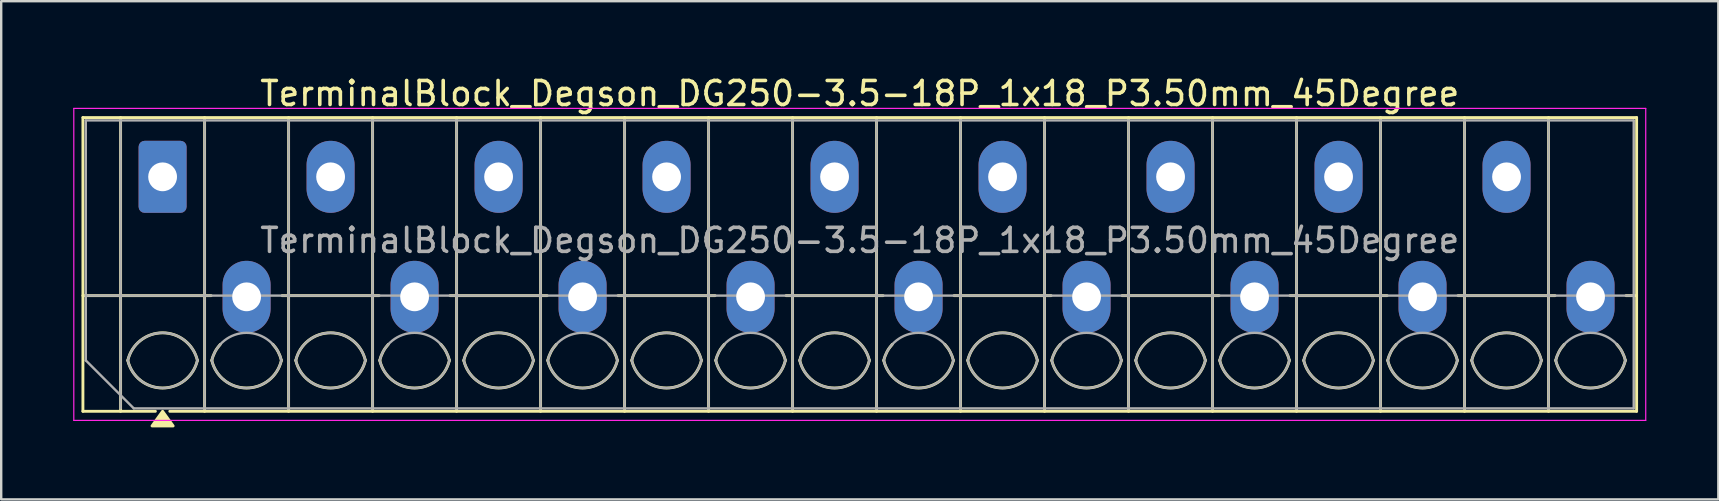
<source format=kicad_pcb>
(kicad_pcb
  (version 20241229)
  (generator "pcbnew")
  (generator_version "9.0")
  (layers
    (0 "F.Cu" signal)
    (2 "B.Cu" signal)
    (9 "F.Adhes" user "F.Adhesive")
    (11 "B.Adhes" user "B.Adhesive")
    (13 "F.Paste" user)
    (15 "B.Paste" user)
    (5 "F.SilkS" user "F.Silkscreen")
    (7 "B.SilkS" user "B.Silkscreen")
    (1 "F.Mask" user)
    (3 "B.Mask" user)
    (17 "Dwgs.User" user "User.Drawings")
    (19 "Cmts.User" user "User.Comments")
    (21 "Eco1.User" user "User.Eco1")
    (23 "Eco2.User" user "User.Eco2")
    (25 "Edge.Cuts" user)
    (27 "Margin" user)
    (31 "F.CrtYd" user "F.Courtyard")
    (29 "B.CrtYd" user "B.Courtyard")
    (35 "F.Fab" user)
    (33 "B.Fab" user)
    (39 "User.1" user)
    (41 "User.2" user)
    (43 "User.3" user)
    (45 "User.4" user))
  (footprint "TerminalBlock_Degson_DG250-3.5-18P_1x18_P3.50mm_45Degree"
    (layer "F.Cu")
    (at 3.725 4.318)
    (property "Reference" "TerminalBlock_Degson_DG250-3.5-18P_1x18_P3.50mm_45Degree" (at 29.05 -3.47 0) (layer "F.SilkS") (effects (font (size 1 1) (thickness 0.15))))
    (attr through_hole)
    (fp_line (start -3.32 -2.47) (end -3.32 9.77) (stroke (width 0.12) (type solid)) (layer "F.SilkS"))
    (fp_line (start -3.32 -2.47) (end 61.42 -2.47) (stroke (width 0.12) (type solid)) (layer "F.SilkS"))
    (fp_line (start -3.32 4.95) (end 2.02 4.95) (stroke (width 0.12) (type solid)) (layer "F.SilkS"))
    (fp_line (start -3.32 9.77) (end -0.3 9.77) (stroke (width 0.12) (type solid)) (layer "F.SilkS"))
    (fp_line (start -1.75 -2.47) (end -1.75 9.77) (stroke (width 0.12) (type solid)) (layer "F.SilkS"))
    (fp_line (start 0.3 9.77) (end 61.42 9.77) (stroke (width 0.12) (type solid)) (layer "F.SilkS"))
    (fp_line (start 1.75 -2.47) (end 1.75 9.77) (stroke (width 0.12) (type solid)) (layer "F.SilkS"))
    (fp_line (start 4.98 4.95) (end 9.02 4.95) (stroke (width 0.12) (type solid)) (layer "F.SilkS"))
    (fp_line (start 5.25 -2.47) (end 5.25 9.77) (stroke (width 0.12) (type solid)) (layer "F.SilkS"))
    (fp_line (start 8.75 -2.47) (end 8.75 9.77) (stroke (width 0.12) (type solid)) (layer "F.SilkS"))
    (fp_line (start 11.98 4.95) (end 16.02 4.95) (stroke (width 0.12) (type solid)) (layer "F.SilkS"))
    (fp_line (start 12.25 -2.47) (end 12.25 9.77) (stroke (width 0.12) (type solid)) (layer "F.SilkS"))
    (fp_line (start 15.75 -2.47) (end 15.75 9.77) (stroke (width 0.12) (type solid)) (layer "F.SilkS"))
    (fp_line (start 18.98 4.95) (end 23.02 4.95) (stroke (width 0.12) (type solid)) (layer "F.SilkS"))
    (fp_line (start 19.25 -2.47) (end 19.25 9.77) (stroke (width 0.12) (type solid)) (layer "F.SilkS"))
    (fp_line (start 22.75 -2.47) (end 22.75 9.77) (stroke (width 0.12) (type solid)) (layer "F.SilkS"))
    (fp_line (start 25.98 4.95) (end 30.02 4.95) (stroke (width 0.12) (type solid)) (layer "F.SilkS"))
    (fp_line (start 26.25 -2.47) (end 26.25 9.77) (stroke (width 0.12) (type solid)) (layer "F.SilkS"))
    (fp_line (start 29.75 -2.47) (end 29.75 9.77) (stroke (width 0.12) (type solid)) (layer "F.SilkS"))
    (fp_line (start 32.98 4.95) (end 37.02 4.95) (stroke (width 0.12) (type solid)) (layer "F.SilkS"))
    (fp_line (start 33.25 -2.47) (end 33.25 9.77) (stroke (width 0.12) (type solid)) (layer "F.SilkS"))
    (fp_line (start 36.75 -2.47) (end 36.75 9.77) (stroke (width 0.12) (type solid)) (layer "F.SilkS"))
    (fp_line (start 39.98 4.95) (end 44.02 4.95) (stroke (width 0.12) (type solid)) (layer "F.SilkS"))
    (fp_line (start 40.25 -2.47) (end 40.25 9.77) (stroke (width 0.12) (type solid)) (layer "F.SilkS"))
    (fp_line (start 43.75 -2.47) (end 43.75 9.77) (stroke (width 0.12) (type solid)) (layer "F.SilkS"))
    (fp_line (start 46.98 4.95) (end 51.02 4.95) (stroke (width 0.12) (type solid)) (layer "F.SilkS"))
    (fp_line (start 47.25 -2.47) (end 47.25 9.77) (stroke (width 0.12) (type solid)) (layer "F.SilkS"))
    (fp_line (start 50.75 -2.47) (end 50.75 9.77) (stroke (width 0.12) (type solid)) (layer "F.SilkS"))
    (fp_line (start 53.98 4.95) (end 58.02 4.95) (stroke (width 0.12) (type solid)) (layer "F.SilkS"))
    (fp_line (start 54.25 -2.47) (end 54.25 9.77) (stroke (width 0.12) (type solid)) (layer "F.SilkS"))
    (fp_line (start 57.75 -2.47) (end 57.75 9.77) (stroke (width 0.12) (type solid)) (layer "F.SilkS"))
    (fp_line (start 60.98 4.95) (end 61.42 4.95) (stroke (width 0.12) (type solid)) (layer "F.SilkS"))
    (fp_line (start 61.42 -2.47) (end 61.42 9.77) (stroke (width 0.12) (type solid)) (layer "F.SilkS"))
    (fp_arc (start -1.45 7.65) (mid 0 6.5) (end 1.45 7.65) (stroke (width 0.12) (type solid)) (layer "F.SilkS"))
    (fp_arc (start 1.45 7.65) (mid 0 8.8) (end -1.45 7.65) (stroke (width 0.12) (type solid)) (layer "F.SilkS"))
    (fp_arc (start 2.05 7.65) (mid 2.18402 7.291962) (end 2.405 6.98) (stroke (width 0.12) (type solid)) (layer "F.SilkS"))
    (fp_arc (start 4.595 6.98) (mid 4.81598 7.291962) (end 4.95 7.65) (stroke (width 0.12) (type solid)) (layer "F.SilkS"))
    (fp_arc (start 4.95 7.65) (mid 3.5 8.8) (end 2.05 7.65) (stroke (width 0.12) (type solid)) (layer "F.SilkS"))
    (fp_arc (start 5.55 7.65) (mid 7 6.5) (end 8.45 7.65) (stroke (width 0.12) (type solid)) (layer "F.SilkS"))
    (fp_arc (start 8.45 7.65) (mid 7 8.8) (end 5.55 7.65) (stroke (width 0.12) (type solid)) (layer "F.SilkS"))
    (fp_arc (start 9.05 7.65) (mid 9.18402 7.291962) (end 9.405 6.98) (stroke (width 0.12) (type solid)) (layer "F.SilkS"))
    (fp_arc (start 11.595 6.98) (mid 11.81598 7.291962) (end 11.95 7.65) (stroke (width 0.12) (type solid)) (layer "F.SilkS"))
    (fp_arc (start 11.95 7.65) (mid 10.5 8.8) (end 9.05 7.65) (stroke (width 0.12) (type solid)) (layer "F.SilkS"))
    (fp_arc (start 12.55 7.65) (mid 14 6.5) (end 15.45 7.65) (stroke (width 0.12) (type solid)) (layer "F.SilkS"))
    (fp_arc (start 15.45 7.65) (mid 14 8.8) (end 12.55 7.65) (stroke (width 0.12) (type solid)) (layer "F.SilkS"))
    (fp_arc (start 16.05 7.65) (mid 16.18402 7.291962) (end 16.405 6.98) (stroke (width 0.12) (type solid)) (layer "F.SilkS"))
    (fp_arc (start 18.595 6.98) (mid 18.81598 7.291962) (end 18.95 7.65) (stroke (width 0.12) (type solid)) (layer "F.SilkS"))
    (fp_arc (start 18.95 7.65) (mid 17.5 8.8) (end 16.05 7.65) (stroke (width 0.12) (type solid)) (layer "F.SilkS"))
    (fp_arc (start 19.55 7.65) (mid 21 6.5) (end 22.45 7.65) (stroke (width 0.12) (type solid)) (layer "F.SilkS"))
    (fp_arc (start 22.45 7.65) (mid 21 8.8) (end 19.55 7.65) (stroke (width 0.12) (type solid)) (layer "F.SilkS"))
    (fp_arc (start 23.05 7.65) (mid 23.18402 7.291962) (end 23.405 6.98) (stroke (width 0.12) (type solid)) (layer "F.SilkS"))
    (fp_arc (start 25.595 6.98) (mid 25.81598 7.291962) (end 25.95 7.65) (stroke (width 0.12) (type solid)) (layer "F.SilkS"))
    (fp_arc (start 25.95 7.65) (mid 24.5 8.8) (end 23.05 7.65) (stroke (width 0.12) (type solid)) (layer "F.SilkS"))
    (fp_arc (start 26.55 7.65) (mid 28 6.5) (end 29.45 7.65) (stroke (width 0.12) (type solid)) (layer "F.SilkS"))
    (fp_arc (start 29.45 7.65) (mid 28 8.8) (end 26.55 7.65) (stroke (width 0.12) (type solid)) (layer "F.SilkS"))
    (fp_arc (start 30.05 7.65) (mid 30.18402 7.291962) (end 30.405 6.98) (stroke (width 0.12) (type solid)) (layer "F.SilkS"))
    (fp_arc (start 32.595 6.98) (mid 32.81598 7.291962) (end 32.95 7.65) (stroke (width 0.12) (type solid)) (layer "F.SilkS"))
    (fp_arc (start 32.95 7.65) (mid 31.5 8.8) (end 30.05 7.65) (stroke (width 0.12) (type solid)) (layer "F.SilkS"))
    (fp_arc (start 33.55 7.65) (mid 35 6.5) (end 36.45 7.65) (stroke (width 0.12) (type solid)) (layer "F.SilkS"))
    (fp_arc (start 36.45 7.65) (mid 35 8.8) (end 33.55 7.65) (stroke (width 0.12) (type solid)) (layer "F.SilkS"))
    (fp_arc (start 37.05 7.65) (mid 37.18402 7.291962) (end 37.405 6.98) (stroke (width 0.12) (type solid)) (layer "F.SilkS"))
    (fp_arc (start 39.595 6.98) (mid 39.81598 7.291962) (end 39.95 7.65) (stroke (width 0.12) (type solid)) (layer "F.SilkS"))
    (fp_arc (start 39.95 7.65) (mid 38.5 8.8) (end 37.05 7.65) (stroke (width 0.12) (type solid)) (layer "F.SilkS"))
    (fp_arc (start 40.55 7.65) (mid 42 6.5) (end 43.45 7.65) (stroke (width 0.12) (type solid)) (layer "F.SilkS"))
    (fp_arc (start 43.45 7.65) (mid 42 8.8) (end 40.55 7.65) (stroke (width 0.12) (type solid)) (layer "F.SilkS"))
    (fp_arc (start 44.05 7.65) (mid 44.18402 7.291962) (end 44.405 6.98) (stroke (width 0.12) (type solid)) (layer "F.SilkS"))
    (fp_arc (start 46.595 6.98) (mid 46.81598 7.291962) (end 46.95 7.65) (stroke (width 0.12) (type solid)) (layer "F.SilkS"))
    (fp_arc (start 46.95 7.65) (mid 45.5 8.8) (end 44.05 7.65) (stroke (width 0.12) (type solid)) (layer "F.SilkS"))
    (fp_arc (start 47.55 7.65) (mid 49 6.5) (end 50.45 7.65) (stroke (width 0.12) (type solid)) (layer "F.SilkS"))
    (fp_arc (start 50.45 7.65) (mid 49 8.8) (end 47.55 7.65) (stroke (width 0.12) (type solid)) (layer "F.SilkS"))
    (fp_arc (start 51.05 7.65) (mid 51.18402 7.291962) (end 51.405 6.98) (stroke (width 0.12) (type solid)) (layer "F.SilkS"))
    (fp_arc (start 53.595 6.98) (mid 53.81598 7.291962) (end 53.95 7.65) (stroke (width 0.12) (type solid)) (layer "F.SilkS"))
    (fp_arc (start 53.95 7.65) (mid 52.5 8.8) (end 51.05 7.65) (stroke (width 0.12) (type solid)) (layer "F.SilkS"))
    (fp_arc (start 54.55 7.65) (mid 56 6.5) (end 57.45 7.65) (stroke (width 0.12) (type solid)) (layer "F.SilkS"))
    (fp_arc (start 57.45 7.65) (mid 56 8.8) (end 54.55 7.65) (stroke (width 0.12) (type solid)) (layer "F.SilkS"))
    (fp_arc (start 58.05 7.65) (mid 58.18402 7.291962) (end 58.405 6.98) (stroke (width 0.12) (type solid)) (layer "F.SilkS"))
    (fp_arc (start 60.595 6.98) (mid 60.81598 7.291962) (end 60.95 7.65) (stroke (width 0.12) (type solid)) (layer "F.SilkS"))
    (fp_arc (start 60.95 7.65) (mid 59.5 8.8) (end 58.05 7.65) (stroke (width 0.12) (type solid)) (layer "F.SilkS"))
    (fp_poly (pts (xy 0 9.77) (xy 0.44 10.38) (xy -0.44 10.38)) (stroke (width 0.12) (type solid)) (fill yes) (layer "F.SilkS"))
    (fp_line (start -3.7 -2.85) (end -3.7 10.15) (stroke (width 0.05) (type solid)) (layer "F.CrtYd"))
    (fp_line (start -3.7 10.15) (end 61.8 10.15) (stroke (width 0.05) (type solid)) (layer "F.CrtYd"))
    (fp_line (start 61.8 -2.85) (end -3.7 -2.85) (stroke (width 0.05) (type solid)) (layer "F.CrtYd"))
    (fp_line (start 61.8 10.15) (end 61.8 -2.85) (stroke (width 0.05) (type solid)) (layer "F.CrtYd"))
    (fp_line (start -3.2 -2.35) (end 61.3 -2.35) (stroke (width 0.1) (type solid)) (layer "F.Fab"))
    (fp_line (start -3.2 4.95) (end 61.3 4.95) (stroke (width 0.1) (type solid)) (layer "F.Fab"))
    (fp_line (start -3.2 7.65) (end -3.2 -2.35) (stroke (width 0.1) (type solid)) (layer "F.Fab"))
    (fp_line (start -1.75 -2.35) (end -1.75 9.65) (stroke (width 0.1) (type solid)) (layer "F.Fab"))
    (fp_line (start -1.2 9.65) (end -3.2 7.65) (stroke (width 0.1) (type solid)) (layer "F.Fab"))
    (fp_line (start 1.75 -2.35) (end 1.75 9.65) (stroke (width 0.1) (type solid)) (layer "F.Fab"))
    (fp_line (start 5.25 -2.35) (end 5.25 9.65) (stroke (width 0.1) (type solid)) (layer "F.Fab"))
    (fp_line (start 8.75 -2.35) (end 8.75 9.65) (stroke (width 0.1) (type solid)) (layer "F.Fab"))
    (fp_line (start 12.25 -2.35) (end 12.25 9.65) (stroke (width 0.1) (type solid)) (layer "F.Fab"))
    (fp_line (start 15.75 -2.35) (end 15.75 9.65) (stroke (width 0.1) (type solid)) (layer "F.Fab"))
    (fp_line (start 19.25 -2.35) (end 19.25 9.65) (stroke (width 0.1) (type solid)) (layer "F.Fab"))
    (fp_line (start 22.75 -2.35) (end 22.75 9.65) (stroke (width 0.1) (type solid)) (layer "F.Fab"))
    (fp_line (start 26.25 -2.35) (end 26.25 9.65) (stroke (width 0.1) (type solid)) (layer "F.Fab"))
    (fp_line (start 29.75 -2.35) (end 29.75 9.65) (stroke (width 0.1) (type solid)) (layer "F.Fab"))
    (fp_line (start 33.25 -2.35) (end 33.25 9.65) (stroke (width 0.1) (type solid)) (layer "F.Fab"))
    (fp_line (start 36.75 -2.35) (end 36.75 9.65) (stroke (width 0.1) (type solid)) (layer "F.Fab"))
    (fp_line (start 40.25 -2.35) (end 40.25 9.65) (stroke (width 0.1) (type solid)) (layer "F.Fab"))
    (fp_line (start 43.75 -2.35) (end 43.75 9.65) (stroke (width 0.1) (type solid)) (layer "F.Fab"))
    (fp_line (start 47.25 -2.35) (end 47.25 9.65) (stroke (width 0.1) (type solid)) (layer "F.Fab"))
    (fp_line (start 50.75 -2.35) (end 50.75 9.65) (stroke (width 0.1) (type solid)) (layer "F.Fab"))
    (fp_line (start 54.25 -2.35) (end 54.25 9.65) (stroke (width 0.1) (type solid)) (layer "F.Fab"))
    (fp_line (start 57.75 -2.35) (end 57.75 9.65) (stroke (width 0.1) (type solid)) (layer "F.Fab"))
    (fp_line (start 61.3 -2.35) (end 61.3 9.65) (stroke (width 0.1) (type solid)) (layer "F.Fab"))
    (fp_line (start 61.3 9.65) (end -1.2 9.65) (stroke (width 0.1) (type solid)) (layer "F.Fab"))
    (fp_arc (start -1.45 7.65) (mid 0 6.5) (end 1.45 7.65) (stroke (width 0.1) (type solid)) (layer "F.Fab"))
    (fp_arc (start 1.45 7.65) (mid 0 8.8) (end -1.45 7.65) (stroke (width 0.1) (type solid)) (layer "F.Fab"))
    (fp_arc (start 2.05 7.65) (mid 3.5 6.5) (end 4.95 7.65) (stroke (width 0.1) (type solid)) (layer "F.Fab"))
    (fp_arc (start 4.95 7.65) (mid 3.5 8.8) (end 2.05 7.65) (stroke (width 0.1) (type solid)) (layer "F.Fab"))
    (fp_arc (start 5.55 7.65) (mid 7 6.5) (end 8.45 7.65) (stroke (width 0.1) (type solid)) (layer "F.Fab"))
    (fp_arc (start 8.45 7.65) (mid 7 8.8) (end 5.55 7.65) (stroke (width 0.1) (type solid)) (layer "F.Fab"))
    (fp_arc (start 9.05 7.65) (mid 10.5 6.5) (end 11.95 7.65) (stroke (width 0.1) (type solid)) (layer "F.Fab"))
    (fp_arc (start 11.95 7.65) (mid 10.5 8.8) (end 9.05 7.65) (stroke (width 0.1) (type solid)) (layer "F.Fab"))
    (fp_arc (start 12.55 7.65) (mid 14 6.5) (end 15.45 7.65) (stroke (width 0.1) (type solid)) (layer "F.Fab"))
    (fp_arc (start 15.45 7.65) (mid 14 8.8) (end 12.55 7.65) (stroke (width 0.1) (type solid)) (layer "F.Fab"))
    (fp_arc (start 16.05 7.65) (mid 17.5 6.5) (end 18.95 7.65) (stroke (width 0.1) (type solid)) (layer "F.Fab"))
    (fp_arc (start 18.95 7.65) (mid 17.5 8.8) (end 16.05 7.65) (stroke (width 0.1) (type solid)) (layer "F.Fab"))
    (fp_arc (start 19.55 7.65) (mid 21 6.5) (end 22.45 7.65) (stroke (width 0.1) (type solid)) (layer "F.Fab"))
    (fp_arc (start 22.45 7.65) (mid 21 8.8) (end 19.55 7.65) (stroke (width 0.1) (type solid)) (layer "F.Fab"))
    (fp_arc (start 23.05 7.65) (mid 24.5 6.5) (end 25.95 7.65) (stroke (width 0.1) (type solid)) (layer "F.Fab"))
    (fp_arc (start 25.95 7.65) (mid 24.5 8.8) (end 23.05 7.65) (stroke (width 0.1) (type solid)) (layer "F.Fab"))
    (fp_arc (start 26.55 7.65) (mid 28 6.5) (end 29.45 7.65) (stroke (width 0.1) (type solid)) (layer "F.Fab"))
    (fp_arc (start 29.45 7.65) (mid 28 8.8) (end 26.55 7.65) (stroke (width 0.1) (type solid)) (layer "F.Fab"))
    (fp_arc (start 30.05 7.65) (mid 31.5 6.5) (end 32.95 7.65) (stroke (width 0.1) (type solid)) (layer "F.Fab"))
    (fp_arc (start 32.95 7.65) (mid 31.5 8.8) (end 30.05 7.65) (stroke (width 0.1) (type solid)) (layer "F.Fab"))
    (fp_arc (start 33.55 7.65) (mid 35 6.5) (end 36.45 7.65) (stroke (width 0.1) (type solid)) (layer "F.Fab"))
    (fp_arc (start 36.45 7.65) (mid 35 8.8) (end 33.55 7.65) (stroke (width 0.1) (type solid)) (layer "F.Fab"))
    (fp_arc (start 37.05 7.65) (mid 38.5 6.5) (end 39.95 7.65) (stroke (width 0.1) (type solid)) (layer "F.Fab"))
    (fp_arc (start 39.95 7.65) (mid 38.5 8.8) (end 37.05 7.65) (stroke (width 0.1) (type solid)) (layer "F.Fab"))
    (fp_arc (start 40.55 7.65) (mid 42 6.5) (end 43.45 7.65) (stroke (width 0.1) (type solid)) (layer "F.Fab"))
    (fp_arc (start 43.45 7.65) (mid 42 8.8) (end 40.55 7.65) (stroke (width 0.1) (type solid)) (layer "F.Fab"))
    (fp_arc (start 44.05 7.65) (mid 45.5 6.5) (end 46.95 7.65) (stroke (width 0.1) (type solid)) (layer "F.Fab"))
    (fp_arc (start 46.95 7.65) (mid 45.5 8.8) (end 44.05 7.65) (stroke (width 0.1) (type solid)) (layer "F.Fab"))
    (fp_arc (start 47.55 7.65) (mid 49 6.5) (end 50.45 7.65) (stroke (width 0.1) (type solid)) (layer "F.Fab"))
    (fp_arc (start 50.45 7.65) (mid 49 8.8) (end 47.55 7.65) (stroke (width 0.1) (type solid)) (layer "F.Fab"))
    (fp_arc (start 51.05 7.65) (mid 52.5 6.5) (end 53.95 7.65) (stroke (width 0.1) (type solid)) (layer "F.Fab"))
    (fp_arc (start 53.95 7.65) (mid 52.5 8.8) (end 51.05 7.65) (stroke (width 0.1) (type solid)) (layer "F.Fab"))
    (fp_arc (start 54.55 7.65) (mid 56 6.5) (end 57.45 7.65) (stroke (width 0.1) (type solid)) (layer "F.Fab"))
    (fp_arc (start 57.45 7.65) (mid 56 8.8) (end 54.55 7.65) (stroke (width 0.1) (type solid)) (layer "F.Fab"))
    (fp_arc (start 58.05 7.65) (mid 59.5 6.5) (end 60.95 7.65) (stroke (width 0.1) (type solid)) (layer "F.Fab"))
    (fp_arc (start 60.95 7.65) (mid 59.5 8.8) (end 58.05 7.65) (stroke (width 0.1) (type solid)) (layer "F.Fab"))
    (fp_text user "${REFERENCE}" (at 29.05 2.65 0) (layer "F.Fab") (effects (font (size 1 1) (thickness 0.15))))
    (pad "1" thru_hole roundrect (at 0 0) (size 2 3) (drill 1.2) (layers "*.Cu" "*.Mask") (roundrect_rratio 0.125))
    (pad "2" thru_hole oval (at 3.5 5) (size 2 3) (drill 1.2) (layers "*.Cu" "*.Mask"))
    (pad "3" thru_hole oval (at 7 0) (size 2 3) (drill 1.2) (layers "*.Cu" "*.Mask"))
    (pad "4" thru_hole oval (at 10.5 5) (size 2 3) (drill 1.2) (layers "*.Cu" "*.Mask"))
    (pad "5" thru_hole oval (at 14 0) (size 2 3) (drill 1.2) (layers "*.Cu" "*.Mask"))
    (pad "6" thru_hole oval (at 17.5 5) (size 2 3) (drill 1.2) (layers "*.Cu" "*.Mask"))
    (pad "7" thru_hole oval (at 21 0) (size 2 3) (drill 1.2) (layers "*.Cu" "*.Mask"))
    (pad "8" thru_hole oval (at 24.5 5) (size 2 3) (drill 1.2) (layers "*.Cu" "*.Mask"))
    (pad "9" thru_hole oval (at 28 0) (size 2 3) (drill 1.2) (layers "*.Cu" "*.Mask"))
    (pad "10" thru_hole oval (at 31.5 5) (size 2 3) (drill 1.2) (layers "*.Cu" "*.Mask"))
    (pad "11" thru_hole oval (at 35 0) (size 2 3) (drill 1.2) (layers "*.Cu" "*.Mask"))
    (pad "12" thru_hole oval (at 38.5 5) (size 2 3) (drill 1.2) (layers "*.Cu" "*.Mask"))
    (pad "13" thru_hole oval (at 42 0) (size 2 3) (drill 1.2) (layers "*.Cu" "*.Mask"))
    (pad "14" thru_hole oval (at 45.5 5) (size 2 3) (drill 1.2) (layers "*.Cu" "*.Mask"))
    (pad "15" thru_hole oval (at 49 0) (size 2 3) (drill 1.2) (layers "*.Cu" "*.Mask"))
    (pad "16" thru_hole oval (at 52.5 5) (size 2 3) (drill 1.2) (layers "*.Cu" "*.Mask"))
    (pad "17" thru_hole oval (at 56 0) (size 2 3) (drill 1.2) (layers "*.Cu" "*.Mask"))
    (pad "18" thru_hole oval (at 59.5 5) (size 2 3) (drill 1.2) (layers "*.Cu" "*.Mask")))
  (gr_rect
    (start -3 -3)
    (end 68.55 17.758)
    (stroke (width 0.1) (type default))
    (fill no)
    (layer "Edge.Cuts")))
</source>
